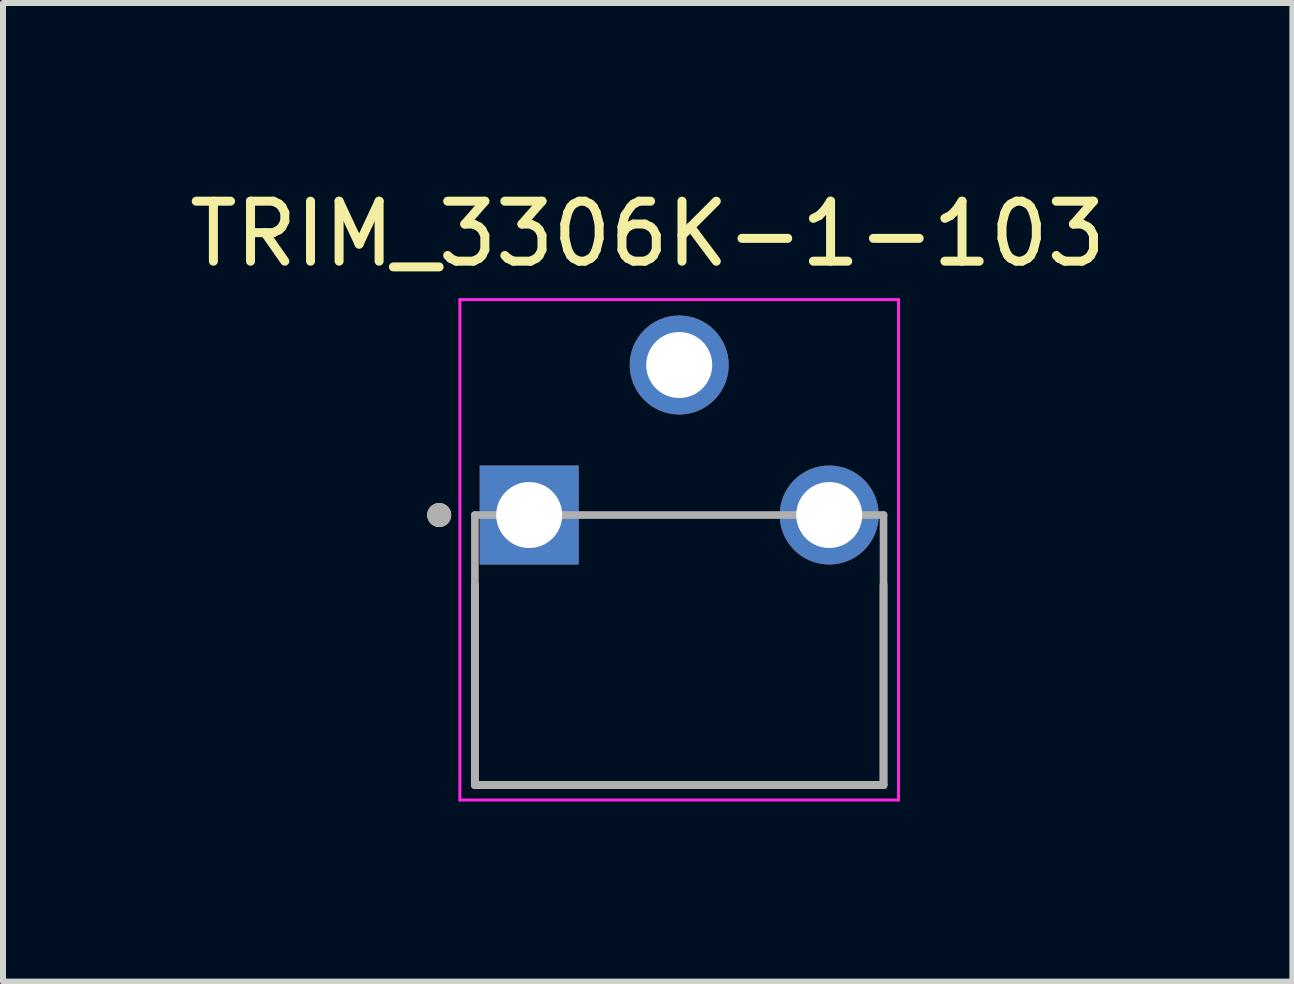
<source format=kicad_pcb>
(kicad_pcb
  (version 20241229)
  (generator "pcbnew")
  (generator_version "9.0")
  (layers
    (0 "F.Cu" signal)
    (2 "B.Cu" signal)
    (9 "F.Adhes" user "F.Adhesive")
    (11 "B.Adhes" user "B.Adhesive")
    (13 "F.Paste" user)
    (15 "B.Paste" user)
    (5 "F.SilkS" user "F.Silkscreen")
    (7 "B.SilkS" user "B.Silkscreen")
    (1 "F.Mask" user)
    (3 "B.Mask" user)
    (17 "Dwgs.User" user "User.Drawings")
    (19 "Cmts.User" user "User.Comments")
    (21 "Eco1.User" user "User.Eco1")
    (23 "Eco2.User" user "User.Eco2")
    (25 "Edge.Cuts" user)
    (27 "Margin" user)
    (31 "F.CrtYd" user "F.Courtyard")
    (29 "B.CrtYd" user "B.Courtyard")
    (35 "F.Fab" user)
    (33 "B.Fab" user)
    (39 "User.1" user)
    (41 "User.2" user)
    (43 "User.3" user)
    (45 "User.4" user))
  (footprint "TRIM_3306K-1-103"
    (layer "F.Cu")
    (at 8.269 6.533)
    (property "Reference" "TRIM_3306K-1-103" (at -0.525 -5.685 0) (layer "F.SilkS") (effects (font (size 1 1) (thickness 0.15))))
    (attr through_hole)
    (fp_line (start -3.405 0.16) (end -3.405 3.5) (stroke (width 0.127) (type solid)) (layer "F.SilkS"))
    (fp_line (start -3.405 3.5) (end 3.405 3.5) (stroke (width 0.127) (type solid)) (layer "F.SilkS"))
    (fp_line (start 3.405 3.5) (end 3.405 0.16) (stroke (width 0.127) (type solid)) (layer "F.SilkS"))
    (fp_circle (center -4 -1) (end -3.9 -1) (stroke (width 0.2) (type solid)) (fill no) (layer "F.SilkS"))
    (fp_line (start -3.655 -4.59) (end 3.655 -4.59) (stroke (width 0.05) (type solid)) (layer "F.CrtYd"))
    (fp_line (start -3.655 3.75) (end -3.655 -4.59) (stroke (width 0.05) (type solid)) (layer "F.CrtYd"))
    (fp_line (start 3.655 -4.59) (end 3.655 3.75) (stroke (width 0.05) (type solid)) (layer "F.CrtYd"))
    (fp_line (start 3.655 3.75) (end -3.655 3.75) (stroke (width 0.05) (type solid)) (layer "F.CrtYd"))
    (fp_line (start -3.405 -1) (end 3.405 -1) (stroke (width 0.127) (type solid)) (layer "F.Fab"))
    (fp_line (start -3.405 3.5) (end -3.405 -1) (stroke (width 0.127) (type solid)) (layer "F.Fab"))
    (fp_line (start 3.405 -1) (end 3.405 3.5) (stroke (width 0.127) (type solid)) (layer "F.Fab"))
    (fp_line (start 3.405 3.5) (end -3.405 3.5) (stroke (width 0.127) (type solid)) (layer "F.Fab"))
    (fp_circle (center -4 -1) (end -3.9 -1) (stroke (width 0.2) (type solid)) (fill no) (layer "F.Fab"))
    (pad "1" thru_hole rect (at -2.5 -1) (size 1.65 1.65) (drill 1.1) (layers "*.Cu" "*.Mask"))
    (pad "2" thru_hole circle (at 0 -3.5) (size 1.65 1.65) (drill 1.1) (layers "*.Cu" "*.Mask"))
    (pad "3" thru_hole circle (at 2.5 -1) (size 1.65 1.65) (drill 1.1) (layers "*.Cu" "*.Mask")))
  (gr_rect
    (start -3 -3)
    (end 18.488 13.308)
    (stroke (width 0.1) (type default))
    (fill no)
    (layer "Edge.Cuts")))
</source>
